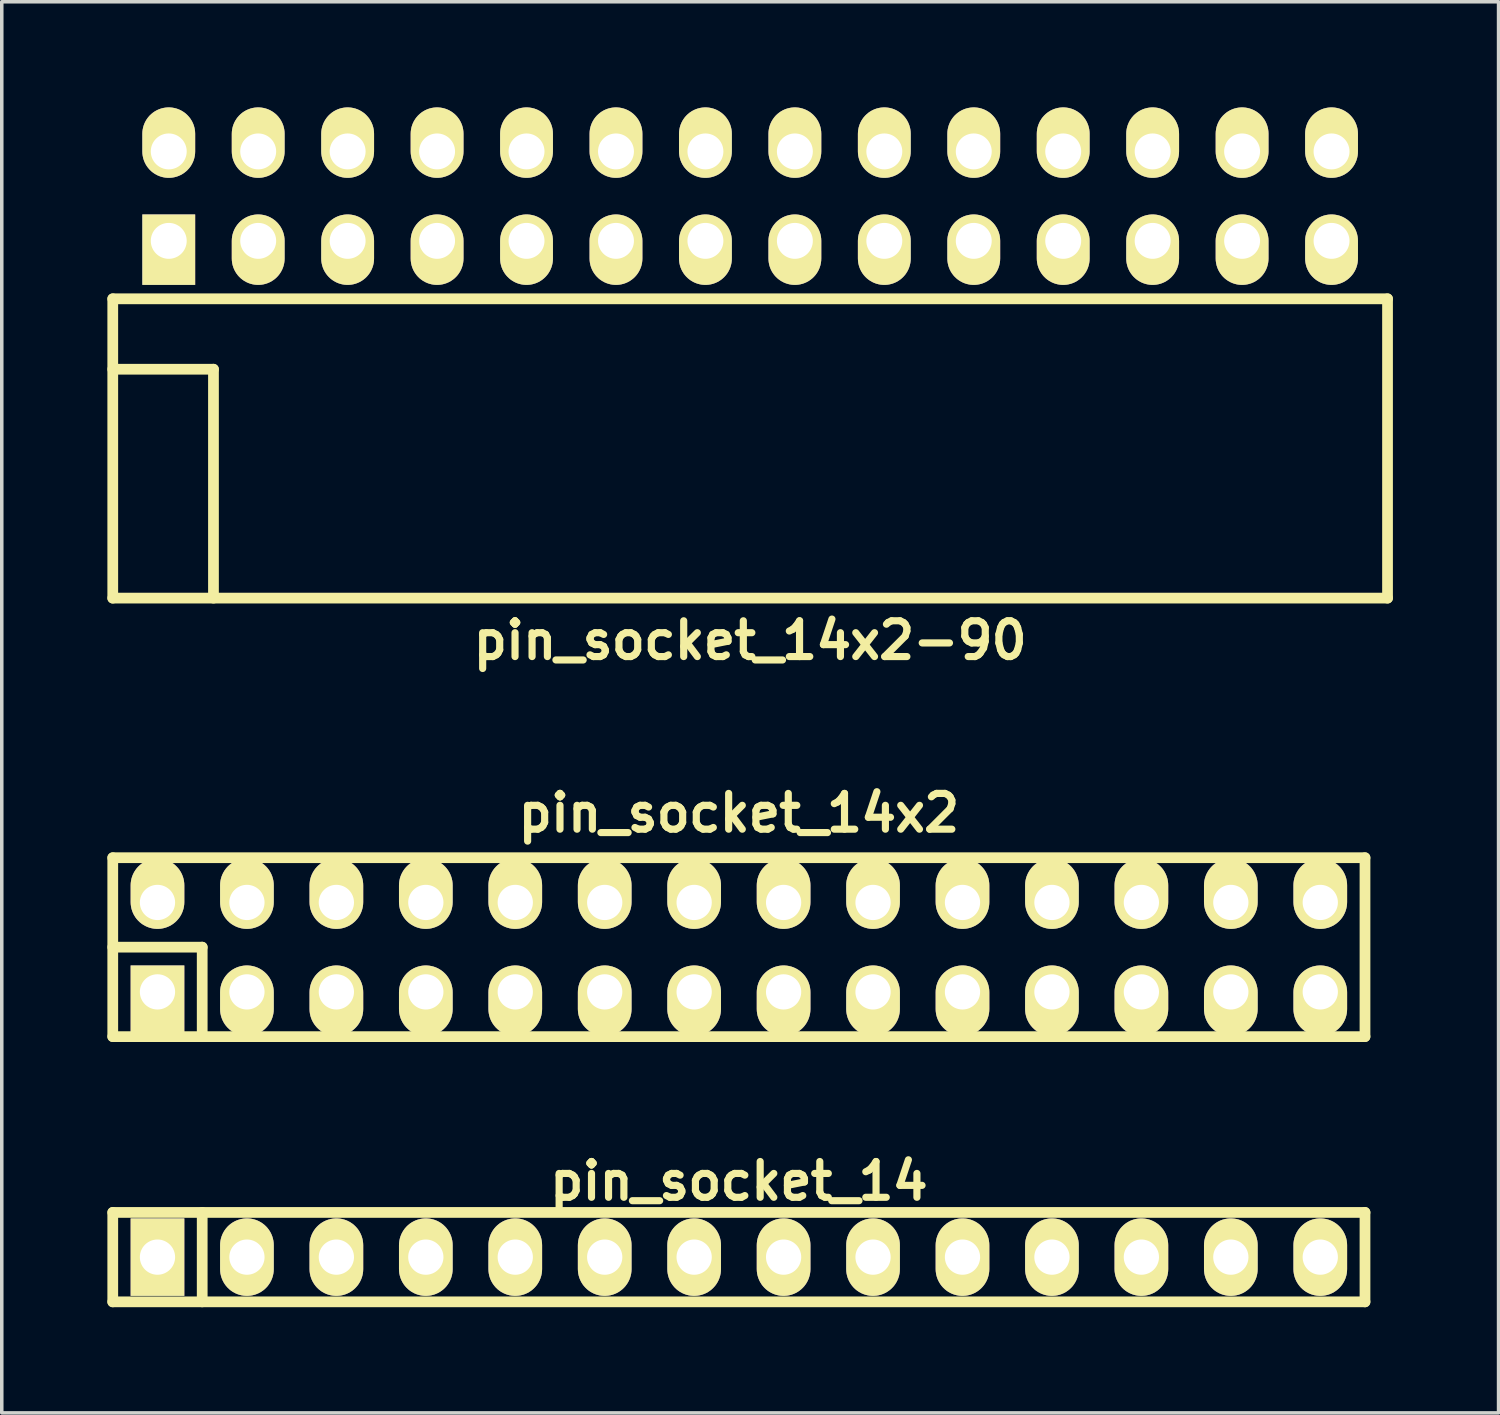
<source format=kicad_pcb>
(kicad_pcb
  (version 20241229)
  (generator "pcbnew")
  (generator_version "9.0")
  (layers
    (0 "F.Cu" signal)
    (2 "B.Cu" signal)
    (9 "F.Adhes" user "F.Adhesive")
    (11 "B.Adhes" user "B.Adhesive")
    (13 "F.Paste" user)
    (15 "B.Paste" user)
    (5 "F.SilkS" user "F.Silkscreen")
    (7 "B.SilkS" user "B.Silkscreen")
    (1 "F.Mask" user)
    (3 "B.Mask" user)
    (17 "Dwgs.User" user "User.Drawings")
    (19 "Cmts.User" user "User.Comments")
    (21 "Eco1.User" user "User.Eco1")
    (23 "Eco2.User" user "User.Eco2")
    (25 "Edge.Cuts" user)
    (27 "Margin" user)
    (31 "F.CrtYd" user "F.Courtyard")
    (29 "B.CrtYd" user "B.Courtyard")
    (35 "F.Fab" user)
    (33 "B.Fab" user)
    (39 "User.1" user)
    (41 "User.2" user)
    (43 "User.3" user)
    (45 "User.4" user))
  (footprint "pin_socket_14x2"
    (layer "F.Cu")
    (at 17.932 23.847)
    (property "Reference" "pin_socket_14x2" (at 0 -3.81 0) (layer "F.SilkS") (effects (font (size 1.016 1.016) (thickness 0.203))))
    (attr through_hole)
    (fp_line (start -17.78 -2.54) (end -17.78 2.54) (stroke (width 0.305) (type solid)) (layer "F.SilkS"))
    (fp_line (start -17.78 -2.54) (end 17.78 -2.54) (stroke (width 0.305) (type solid)) (layer "F.SilkS"))
    (fp_line (start -17.78 0) (end -15.24 0) (stroke (width 0.305) (type solid)) (layer "F.SilkS"))
    (fp_line (start -15.24 0) (end -15.24 2.54) (stroke (width 0.305) (type solid)) (layer "F.SilkS"))
    (fp_line (start 17.78 2.54) (end -17.78 2.54) (stroke (width 0.305) (type solid)) (layer "F.SilkS"))
    (fp_line (start 17.78 2.54) (end 17.78 -2.54) (stroke (width 0.305) (type solid)) (layer "F.SilkS"))
    (pad "1" thru_hole rect (at -16.51 1.27) (size 1.524 1.999) (drill 1.001 (offset 0 0.249)) (layers "*.Cu" "*.Mask" "F.SilkS"))
    (pad "2" thru_hole oval (at -16.51 -1.27) (size 1.524 1.999) (drill 1.001 (offset 0 -0.249)) (layers "*.Cu" "*.Mask" "F.SilkS"))
    (pad "3" thru_hole oval (at -13.97 1.27) (size 1.524 1.999) (drill 1.001 (offset 0 0.249)) (layers "*.Cu" "*.Mask" "F.SilkS"))
    (pad "4" thru_hole oval (at -13.97 -1.27) (size 1.524 1.999) (drill 1.001 (offset 0 -0.249)) (layers "*.Cu" "*.Mask" "F.SilkS"))
    (pad "5" thru_hole oval (at -11.43 1.27) (size 1.524 1.999) (drill 1.001 (offset 0 0.249)) (layers "*.Cu" "*.Mask" "F.SilkS"))
    (pad "6" thru_hole oval (at -11.43 -1.27) (size 1.524 1.999) (drill 1.001 (offset 0 -0.249)) (layers "*.Cu" "*.Mask" "F.SilkS"))
    (pad "7" thru_hole oval (at -8.89 1.27) (size 1.524 1.999) (drill 1.001 (offset 0 0.249)) (layers "*.Cu" "*.Mask" "F.SilkS"))
    (pad "8" thru_hole oval (at -8.89 -1.27) (size 1.524 1.999) (drill 1.001 (offset 0 -0.249)) (layers "*.Cu" "*.Mask" "F.SilkS"))
    (pad "9" thru_hole oval (at -6.35 1.27) (size 1.524 1.999) (drill 1.001 (offset 0 0.249)) (layers "*.Cu" "*.Mask" "F.SilkS"))
    (pad "10" thru_hole oval (at -6.35 -1.27) (size 1.524 1.999) (drill 1.001 (offset 0 -0.249)) (layers "*.Cu" "*.Mask" "F.SilkS"))
    (pad "11" thru_hole oval (at -3.81 1.27) (size 1.524 1.999) (drill 1.001 (offset 0 0.249)) (layers "*.Cu" "*.Mask" "F.SilkS"))
    (pad "12" thru_hole oval (at -3.81 -1.27) (size 1.524 1.999) (drill 1.001 (offset 0 -0.249)) (layers "*.Cu" "*.Mask" "F.SilkS"))
    (pad "13" thru_hole oval (at -1.27 1.27) (size 1.524 1.999) (drill 1.001 (offset 0 0.249)) (layers "*.Cu" "*.Mask" "F.SilkS"))
    (pad "14" thru_hole oval (at -1.27 -1.27) (size 1.524 1.999) (drill 1.001 (offset 0 -0.249)) (layers "*.Cu" "*.Mask" "F.SilkS"))
    (pad "15" thru_hole oval (at 1.27 1.27) (size 1.524 1.999) (drill 1.001 (offset 0 0.249)) (layers "*.Cu" "*.Mask" "F.SilkS"))
    (pad "16" thru_hole oval (at 1.27 -1.27) (size 1.524 1.999) (drill 1.001 (offset 0 -0.249)) (layers "*.Cu" "*.Mask" "F.SilkS"))
    (pad "17" thru_hole oval (at 3.81 1.27) (size 1.524 1.999) (drill 1.001 (offset 0 0.249)) (layers "*.Cu" "*.Mask" "F.SilkS"))
    (pad "18" thru_hole oval (at 3.81 -1.27) (size 1.524 1.999) (drill 1.001 (offset 0 -0.249)) (layers "*.Cu" "*.Mask" "F.SilkS"))
    (pad "19" thru_hole oval (at 6.35 1.27) (size 1.524 1.999) (drill 1.001 (offset 0 0.249)) (layers "*.Cu" "*.Mask" "F.SilkS"))
    (pad "20" thru_hole oval (at 6.35 -1.27) (size 1.524 1.999) (drill 1.001 (offset 0 -0.249)) (layers "*.Cu" "*.Mask" "F.SilkS"))
    (pad "21" thru_hole oval (at 8.89 1.27) (size 1.524 1.999) (drill 1.001 (offset 0 0.249)) (layers "*.Cu" "*.Mask" "F.SilkS"))
    (pad "22" thru_hole oval (at 8.89 -1.27) (size 1.524 1.999) (drill 1.001 (offset 0 -0.249)) (layers "*.Cu" "*.Mask" "F.SilkS"))
    (pad "23" thru_hole oval (at 11.43 1.27) (size 1.524 1.999) (drill 1.001 (offset 0 0.249)) (layers "*.Cu" "*.Mask" "F.SilkS"))
    (pad "24" thru_hole oval (at 11.43 -1.27) (size 1.524 1.999) (drill 1.001 (offset 0 -0.249)) (layers "*.Cu" "*.Mask" "F.SilkS"))
    (pad "25" thru_hole oval (at 13.97 1.27) (size 1.524 1.999) (drill 1.001 (offset 0 0.249)) (layers "*.Cu" "*.Mask" "F.SilkS"))
    (pad "26" thru_hole oval (at 13.97 -1.27) (size 1.524 1.999) (drill 1.001 (offset 0 -0.249)) (layers "*.Cu" "*.Mask" "F.SilkS"))
    (pad "27" thru_hole oval (at 16.51 1.27) (size 1.524 1.999) (drill 1.001 (offset 0 0.249)) (layers "*.Cu" "*.Mask" "F.SilkS"))
    (pad "28" thru_hole oval (at 16.51 -1.27) (size 1.524 1.999) (drill 1.001 (offset 0 -0.249)) (layers "*.Cu" "*.Mask" "F.SilkS")))
  (footprint "pin_socket_14x2-90"
    (layer "F.Cu")
    (at 18.252 7.435)
    (property "Reference" "pin_socket_14x2-90" (at 0 7.7 0) (layer "F.SilkS") (effects (font (size 1.016 1.016) (thickness 0.203))))
    (attr through_hole)
    (fp_line (start -18.1 -2) (end -18.1 6.5) (stroke (width 0.305) (type solid)) (layer "F.SilkS"))
    (fp_line (start -18.1 -2) (end 18.1 -2) (stroke (width 0.305) (type solid)) (layer "F.SilkS"))
    (fp_line (start -18.1 0) (end -15.24 0) (stroke (width 0.305) (type solid)) (layer "F.SilkS"))
    (fp_line (start -18.1 6.5) (end 18.1 6.5) (stroke (width 0.305) (type solid)) (layer "F.SilkS"))
    (fp_line (start -15.24 0) (end -15.24 6.5) (stroke (width 0.305) (type solid)) (layer "F.SilkS"))
    (fp_line (start 18.1 -2) (end 18.1 6.5) (stroke (width 0.305) (type solid)) (layer "F.SilkS"))
    (pad "1" thru_hole rect (at -16.51 -3.645) (size 1.5 2) (drill 1.02 (offset 0 0.25)) (layers "*.Cu" "*.Mask" "F.SilkS"))
    (pad "2" thru_hole oval (at -16.51 -6.185) (size 1.5 2) (drill 1.02 (offset 0 -0.25)) (layers "*.Cu" "*.Mask" "F.SilkS"))
    (pad "3" thru_hole oval (at -13.97 -3.645) (size 1.5 2) (drill 1.02 (offset 0 0.25)) (layers "*.Cu" "*.Mask" "F.SilkS"))
    (pad "4" thru_hole oval (at -13.97 -6.185) (size 1.5 2) (drill 1.02 (offset 0 -0.25)) (layers "*.Cu" "*.Mask" "F.SilkS"))
    (pad "5" thru_hole oval (at -11.43 -3.645) (size 1.5 2) (drill 1.02 (offset 0 0.25)) (layers "*.Cu" "*.Mask" "F.SilkS"))
    (pad "6" thru_hole oval (at -11.43 -6.185) (size 1.5 2) (drill 1.02 (offset 0 -0.25)) (layers "*.Cu" "*.Mask" "F.SilkS"))
    (pad "7" thru_hole oval (at -8.89 -3.645) (size 1.5 2) (drill 1.02 (offset 0 0.25)) (layers "*.Cu" "*.Mask" "F.SilkS"))
    (pad "8" thru_hole oval (at -8.89 -6.185) (size 1.5 2) (drill 1.02 (offset 0 -0.25)) (layers "*.Cu" "*.Mask" "F.SilkS"))
    (pad "9" thru_hole oval (at -6.35 -3.645) (size 1.5 2) (drill 1.02 (offset 0 0.25)) (layers "*.Cu" "*.Mask" "F.SilkS"))
    (pad "10" thru_hole oval (at -6.35 -6.185) (size 1.5 2) (drill 1.02 (offset 0 -0.25)) (layers "*.Cu" "*.Mask" "F.SilkS"))
    (pad "11" thru_hole oval (at -3.81 -3.645) (size 1.5 2) (drill 1.02 (offset 0 0.25)) (layers "*.Cu" "*.Mask" "F.SilkS"))
    (pad "12" thru_hole oval (at -3.81 -6.185) (size 1.5 2) (drill 1.02 (offset 0 -0.25)) (layers "*.Cu" "*.Mask" "F.SilkS"))
    (pad "13" thru_hole oval (at -1.27 -3.645) (size 1.5 2) (drill 1.02 (offset 0 0.25)) (layers "*.Cu" "*.Mask" "F.SilkS"))
    (pad "14" thru_hole oval (at -1.27 -6.185) (size 1.5 2) (drill 1.02 (offset 0 -0.25)) (layers "*.Cu" "*.Mask" "F.SilkS"))
    (pad "15" thru_hole oval (at 1.27 -3.645) (size 1.5 2) (drill 1.02 (offset 0 0.25)) (layers "*.Cu" "*.Mask" "F.SilkS"))
    (pad "16" thru_hole oval (at 1.27 -6.185) (size 1.5 2) (drill 1.02 (offset 0 -0.25)) (layers "*.Cu" "*.Mask" "F.SilkS"))
    (pad "17" thru_hole oval (at 3.81 -3.645) (size 1.5 2) (drill 1.02 (offset 0 0.25)) (layers "*.Cu" "*.Mask" "F.SilkS"))
    (pad "18" thru_hole oval (at 3.81 -6.185) (size 1.5 2) (drill 1.02 (offset 0 -0.25)) (layers "*.Cu" "*.Mask" "F.SilkS"))
    (pad "19" thru_hole oval (at 6.35 -3.645) (size 1.5 2) (drill 1.02 (offset 0 0.25)) (layers "*.Cu" "*.Mask" "F.SilkS"))
    (pad "20" thru_hole oval (at 6.35 -6.185) (size 1.5 2) (drill 1.02 (offset 0 -0.25)) (layers "*.Cu" "*.Mask" "F.SilkS"))
    (pad "21" thru_hole oval (at 8.89 -3.645) (size 1.5 2) (drill 1.02 (offset 0 0.25)) (layers "*.Cu" "*.Mask" "F.SilkS"))
    (pad "22" thru_hole oval (at 8.89 -6.185) (size 1.5 2) (drill 1.02 (offset 0 -0.25)) (layers "*.Cu" "*.Mask" "F.SilkS"))
    (pad "23" thru_hole oval (at 11.43 -3.645) (size 1.5 2) (drill 1.02 (offset 0 0.25)) (layers "*.Cu" "*.Mask" "F.SilkS"))
    (pad "24" thru_hole oval (at 11.43 -6.185) (size 1.5 2) (drill 1.02 (offset 0 -0.25)) (layers "*.Cu" "*.Mask" "F.SilkS"))
    (pad "25" thru_hole oval (at 13.97 -3.645) (size 1.5 2) (drill 1.02 (offset 0 0.25)) (layers "*.Cu" "*.Mask" "F.SilkS"))
    (pad "26" thru_hole oval (at 13.97 -6.185) (size 1.5 2) (drill 1.02 (offset 0 -0.25)) (layers "*.Cu" "*.Mask" "F.SilkS"))
    (pad "27" thru_hole oval (at 16.51 -3.645) (size 1.5 2) (drill 1.02 (offset 0 0.25)) (layers "*.Cu" "*.Mask" "F.SilkS"))
    (pad "28" thru_hole oval (at 16.51 -6.185) (size 1.5 2) (drill 1.02 (offset 0 -0.25)) (layers "*.Cu" "*.Mask" "F.SilkS")))
  (footprint "pin_socket_14"
    (layer "F.Cu")
    (at 17.932 32.649)
    (property "Reference" "pin_socket_14" (at 0 -2.159 0) (layer "F.SilkS") (effects (font (size 1.016 1.016) (thickness 0.203))))
    (attr through_hole)
    (fp_line (start -17.78 -1.27) (end 17.78 -1.27) (stroke (width 0.305) (type solid)) (layer "F.SilkS"))
    (fp_line (start -17.78 1.27) (end -17.78 -1.27) (stroke (width 0.305) (type solid)) (layer "F.SilkS"))
    (fp_line (start -15.24 -1.27) (end -15.24 1.27) (stroke (width 0.305) (type solid)) (layer "F.SilkS"))
    (fp_line (start 17.78 -1.27) (end 17.78 1.27) (stroke (width 0.305) (type solid)) (layer "F.SilkS"))
    (fp_line (start 17.78 1.27) (end -17.78 1.27) (stroke (width 0.305) (type solid)) (layer "F.SilkS"))
    (pad "1" thru_hole rect (at -16.51 0) (size 1.524 2.2) (drill 1.001) (layers "*.Cu" "*.Mask" "F.SilkS"))
    (pad "2" thru_hole oval (at -13.97 0) (size 1.524 2.2) (drill 1.001) (layers "*.Cu" "*.Mask" "F.SilkS"))
    (pad "3" thru_hole oval (at -11.43 0) (size 1.524 2.2) (drill 1.001) (layers "*.Cu" "*.Mask" "F.SilkS"))
    (pad "4" thru_hole oval (at -8.89 0) (size 1.524 2.2) (drill 1.001) (layers "*.Cu" "*.Mask" "F.SilkS"))
    (pad "5" thru_hole oval (at -6.35 0) (size 1.524 2.2) (drill 1.001) (layers "*.Cu" "*.Mask" "F.SilkS"))
    (pad "6" thru_hole oval (at -3.81 0) (size 1.524 2.2) (drill 1.001) (layers "*.Cu" "*.Mask" "F.SilkS"))
    (pad "7" thru_hole oval (at -1.27 0) (size 1.524 2.2) (drill 1.001) (layers "*.Cu" "*.Mask" "F.SilkS"))
    (pad "8" thru_hole oval (at 1.27 0) (size 1.524 2.2) (drill 1.001) (layers "*.Cu" "*.Mask" "F.SilkS"))
    (pad "9" thru_hole oval (at 3.81 0) (size 1.524 2.2) (drill 1.001) (layers "*.Cu" "*.Mask" "F.SilkS"))
    (pad "10" thru_hole oval (at 6.35 0) (size 1.524 2.2) (drill 1.001) (layers "*.Cu" "*.Mask" "F.SilkS"))
    (pad "11" thru_hole oval (at 8.89 0) (size 1.524 2.2) (drill 1.001) (layers "*.Cu" "*.Mask" "F.SilkS"))
    (pad "12" thru_hole oval (at 11.43 0) (size 1.524 2.2) (drill 1.001) (layers "*.Cu" "*.Mask" "F.SilkS"))
    (pad "13" thru_hole oval (at 13.97 0) (size 1.524 2.2) (drill 1.001) (layers "*.Cu" "*.Mask" "F.SilkS"))
    (pad "14" thru_hole oval (at 16.51 0) (size 1.524 2.2) (drill 1.001) (layers "*.Cu" "*.Mask" "F.SilkS")))
  (gr_rect
    (start -3 -3)
    (end 39.505 37.072)
    (stroke (width 0.1) (type default))
    (fill no)
    (layer "Edge.Cuts")))
</source>
